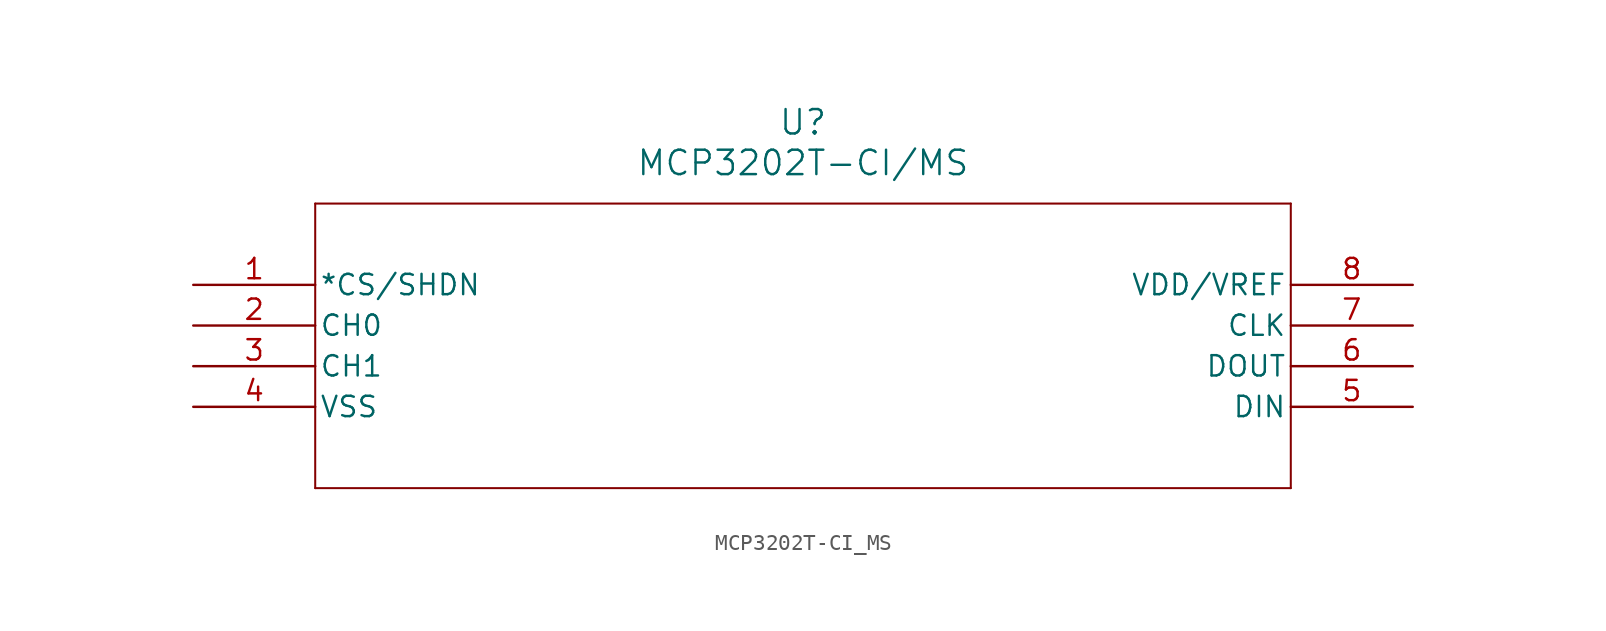
<source format=kicad_sym>
(kicad_symbol_lib
  (version 20211014)
  (generator kicad_symbol_editor)
  (symbol "MCP3202T-CI_MS"
    (pin_names
      (offset 0.254))
    (property "Reference" "U"
      (at 38.1 10.16 0)
      (effects (font (size 1.524 1.524))))
    (property "Value" "MCP3202T-CI/MS"
      (at 38.1 7.62 0)
      (effects (font (size 1.524 1.524))))
    (symbol "MCP3202T-CI_MS_0_1"
      (polyline (pts (xy 7.62 5.08) (xy 7.62 -12.7)) (stroke (width 0.127) (type default) (color 0 0 0 0)) (fill (type none)))
      (polyline (pts (xy 7.62 -12.7) (xy 68.58 -12.7)) (stroke (width 0.127) (type default) (color 0 0 0 0)) (fill (type none)))
      (polyline (pts (xy 68.58 -12.7) (xy 68.58 5.08)) (stroke (width 0.127) (type default) (color 0 0 0 0)) (fill (type none)))
      (polyline (pts (xy 68.58 5.08) (xy 7.62 5.08)) (stroke (width 0.127) (type default) (color 0 0 0 0)) (fill (type none)))
      (pin unspecified line (at 0 0 0) (length 7.62) (name "*CS/SHDN" (effects (font (size 1.27 1.27)))) (number "1" (effects (font (size 1.27 1.27)))))
      (pin unspecified line (at 0 -2.54 0) (length 7.62) (name "CH0" (effects (font (size 1.27 1.27)))) (number "2" (effects (font (size 1.27 1.27)))))
      (pin unspecified line (at 0 -5.08 0) (length 7.62) (name "CH1" (effects (font (size 1.27 1.27)))) (number "3" (effects (font (size 1.27 1.27)))))
      (pin unspecified line (at 0 -7.62 0) (length 7.62) (name "VSS" (effects (font (size 1.27 1.27)))) (number "4" (effects (font (size 1.27 1.27)))))
      (pin unspecified line (at 76.2 -7.62 180) (length 7.62) (name "DIN" (effects (font (size 1.27 1.27)))) (number "5" (effects (font (size 1.27 1.27)))))
      (pin unspecified line (at 76.2 -5.08 180) (length 7.62) (name "DOUT" (effects (font (size 1.27 1.27)))) (number "6" (effects (font (size 1.27 1.27)))))
      (pin unspecified line (at 76.2 -2.54 180) (length 7.62) (name "CLK" (effects (font (size 1.27 1.27)))) (number "7" (effects (font (size 1.27 1.27)))))
      (pin unspecified line (at 76.2 0 180) (length 7.62) (name "VDD/VREF" (effects (font (size 1.27 1.27)))) (number "8" (effects (font (size 1.27 1.27))))))))
</source>
